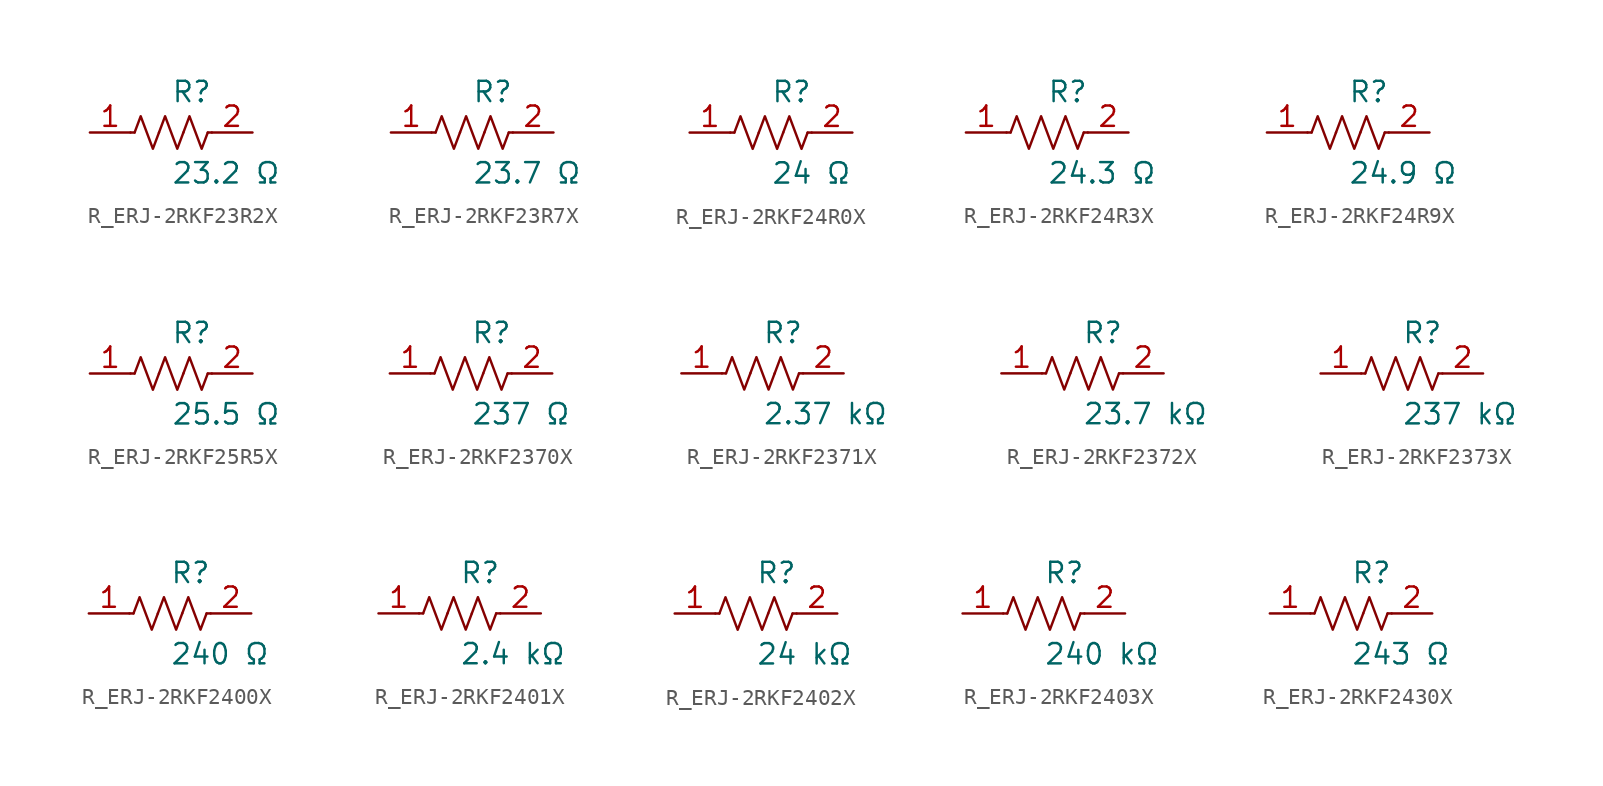
<source format=kicad_sym>
(kicad_symbol_lib
  (version 20231120)
  (generator kicad_symbol_editor)
  (generator_version 8.0)
  (symbol "R_ERJ-2RKF23R2X"
    (pin_names
      (offset 0.254))
    (property "Reference" "R"
      (at 0 2.54 0)
      (effects (font (size 1.27 1.27)) (justify left)))
    (property "Value" "23.2 Ω"
      (at 0 -2.54 0)
      (effects (font (size 1.27 1.27)) (justify left)))
    (symbol "R_ERJ-2RKF23R2X_0_1"
      (polyline (pts (xy 2.286 0) (xy 2.54 0)) (stroke (width 0) (type default)) (fill (type none)))
      (polyline (pts (xy -2.286 0) (xy -2.54 0)) (stroke (width 0) (type default)) (fill (type none)))
      (polyline (pts (xy 0.762 0) (xy 1.143 1.016) (xy 1.524 0) (xy 1.905 -1.016) (xy 2.286 0)) (stroke (width 0) (type default)) (fill (type none)))
      (polyline (pts (xy -0.762 0) (xy -0.381 1.016) (xy 0 0) (xy 0.381 -1.016) (xy 0.762 0)) (stroke (width 0) (type default)) (fill (type none)))
      (polyline (pts (xy -2.286 0) (xy -1.905 1.016) (xy -1.524 0) (xy -1.143 -1.016) (xy -0.762 0)) (stroke (width 0) (type default)) (fill (type none))))
    (pin passive line
      (at -5.08 0 0)
      (length 2.54)
      (name "" (effects (font (size 1.27 1.27))))
      (number "1" (effects (font (size 1.27 1.27)))))
    (pin passive line
      (at 5.08 0 180)
      (length 2.54)
      (name "" (effects (font (size 1.27 1.27))))
      (number "2" (effects (font (size 1.27 1.27))))))
  (symbol "R_ERJ-2RKF23R7X"
    (pin_names
      (offset 0.254))
    (property "Reference" "R"
      (at 0 2.54 0)
      (effects (font (size 1.27 1.27)) (justify left)))
    (property "Value" "23.7 Ω"
      (at 0 -2.54 0)
      (effects (font (size 1.27 1.27)) (justify left)))
    (symbol "R_ERJ-2RKF23R7X_0_1"
      (polyline (pts (xy 2.286 0) (xy 2.54 0)) (stroke (width 0) (type default)) (fill (type none)))
      (polyline (pts (xy -2.286 0) (xy -2.54 0)) (stroke (width 0) (type default)) (fill (type none)))
      (polyline (pts (xy 0.762 0) (xy 1.143 1.016) (xy 1.524 0) (xy 1.905 -1.016) (xy 2.286 0)) (stroke (width 0) (type default)) (fill (type none)))
      (polyline (pts (xy -0.762 0) (xy -0.381 1.016) (xy 0 0) (xy 0.381 -1.016) (xy 0.762 0)) (stroke (width 0) (type default)) (fill (type none)))
      (polyline (pts (xy -2.286 0) (xy -1.905 1.016) (xy -1.524 0) (xy -1.143 -1.016) (xy -0.762 0)) (stroke (width 0) (type default)) (fill (type none))))
    (pin passive line
      (at -5.08 0 0)
      (length 2.54)
      (name "" (effects (font (size 1.27 1.27))))
      (number "1" (effects (font (size 1.27 1.27)))))
    (pin passive line
      (at 5.08 0 180)
      (length 2.54)
      (name "" (effects (font (size 1.27 1.27))))
      (number "2" (effects (font (size 1.27 1.27))))))
  (symbol "R_ERJ-2RKF24R0X"
    (pin_names
      (offset 0.254))
    (property "Reference" "R"
      (at 0 2.54 0)
      (effects (font (size 1.27 1.27)) (justify left)))
    (property "Value" "24 Ω"
      (at 0 -2.54 0)
      (effects (font (size 1.27 1.27)) (justify left)))
    (symbol "R_ERJ-2RKF24R0X_0_1"
      (polyline (pts (xy 2.286 0) (xy 2.54 0)) (stroke (width 0) (type default)) (fill (type none)))
      (polyline (pts (xy -2.286 0) (xy -2.54 0)) (stroke (width 0) (type default)) (fill (type none)))
      (polyline (pts (xy 0.762 0) (xy 1.143 1.016) (xy 1.524 0) (xy 1.905 -1.016) (xy 2.286 0)) (stroke (width 0) (type default)) (fill (type none)))
      (polyline (pts (xy -0.762 0) (xy -0.381 1.016) (xy 0 0) (xy 0.381 -1.016) (xy 0.762 0)) (stroke (width 0) (type default)) (fill (type none)))
      (polyline (pts (xy -2.286 0) (xy -1.905 1.016) (xy -1.524 0) (xy -1.143 -1.016) (xy -0.762 0)) (stroke (width 0) (type default)) (fill (type none))))
    (pin passive line
      (at -5.08 0 0)
      (length 2.54)
      (name "" (effects (font (size 1.27 1.27))))
      (number "1" (effects (font (size 1.27 1.27)))))
    (pin passive line
      (at 5.08 0 180)
      (length 2.54)
      (name "" (effects (font (size 1.27 1.27))))
      (number "2" (effects (font (size 1.27 1.27))))))
  (symbol "R_ERJ-2RKF24R3X"
    (pin_names
      (offset 0.254))
    (property "Reference" "R"
      (at 0 2.54 0)
      (effects (font (size 1.27 1.27)) (justify left)))
    (property "Value" "24.3 Ω"
      (at 0 -2.54 0)
      (effects (font (size 1.27 1.27)) (justify left)))
    (symbol "R_ERJ-2RKF24R3X_0_1"
      (polyline (pts (xy 2.286 0) (xy 2.54 0)) (stroke (width 0) (type default)) (fill (type none)))
      (polyline (pts (xy -2.286 0) (xy -2.54 0)) (stroke (width 0) (type default)) (fill (type none)))
      (polyline (pts (xy 0.762 0) (xy 1.143 1.016) (xy 1.524 0) (xy 1.905 -1.016) (xy 2.286 0)) (stroke (width 0) (type default)) (fill (type none)))
      (polyline (pts (xy -0.762 0) (xy -0.381 1.016) (xy 0 0) (xy 0.381 -1.016) (xy 0.762 0)) (stroke (width 0) (type default)) (fill (type none)))
      (polyline (pts (xy -2.286 0) (xy -1.905 1.016) (xy -1.524 0) (xy -1.143 -1.016) (xy -0.762 0)) (stroke (width 0) (type default)) (fill (type none))))
    (pin passive line
      (at -5.08 0 0)
      (length 2.54)
      (name "" (effects (font (size 1.27 1.27))))
      (number "1" (effects (font (size 1.27 1.27)))))
    (pin passive line
      (at 5.08 0 180)
      (length 2.54)
      (name "" (effects (font (size 1.27 1.27))))
      (number "2" (effects (font (size 1.27 1.27))))))
  (symbol "R_ERJ-2RKF24R9X"
    (pin_names
      (offset 0.254))
    (property "Reference" "R"
      (at 0 2.54 0)
      (effects (font (size 1.27 1.27)) (justify left)))
    (property "Value" "24.9 Ω"
      (at 0 -2.54 0)
      (effects (font (size 1.27 1.27)) (justify left)))
    (symbol "R_ERJ-2RKF24R9X_0_1"
      (polyline (pts (xy 2.286 0) (xy 2.54 0)) (stroke (width 0) (type default)) (fill (type none)))
      (polyline (pts (xy -2.286 0) (xy -2.54 0)) (stroke (width 0) (type default)) (fill (type none)))
      (polyline (pts (xy 0.762 0) (xy 1.143 1.016) (xy 1.524 0) (xy 1.905 -1.016) (xy 2.286 0)) (stroke (width 0) (type default)) (fill (type none)))
      (polyline (pts (xy -0.762 0) (xy -0.381 1.016) (xy 0 0) (xy 0.381 -1.016) (xy 0.762 0)) (stroke (width 0) (type default)) (fill (type none)))
      (polyline (pts (xy -2.286 0) (xy -1.905 1.016) (xy -1.524 0) (xy -1.143 -1.016) (xy -0.762 0)) (stroke (width 0) (type default)) (fill (type none))))
    (pin passive line
      (at -5.08 0 0)
      (length 2.54)
      (name "" (effects (font (size 1.27 1.27))))
      (number "1" (effects (font (size 1.27 1.27)))))
    (pin passive line
      (at 5.08 0 180)
      (length 2.54)
      (name "" (effects (font (size 1.27 1.27))))
      (number "2" (effects (font (size 1.27 1.27))))))
  (symbol "R_ERJ-2RKF25R5X"
    (pin_names
      (offset 0.254))
    (property "Reference" "R"
      (at 0 2.54 0)
      (effects (font (size 1.27 1.27)) (justify left)))
    (property "Value" "25.5 Ω"
      (at 0 -2.54 0)
      (effects (font (size 1.27 1.27)) (justify left)))
    (symbol "R_ERJ-2RKF25R5X_0_1"
      (polyline (pts (xy 2.286 0) (xy 2.54 0)) (stroke (width 0) (type default)) (fill (type none)))
      (polyline (pts (xy -2.286 0) (xy -2.54 0)) (stroke (width 0) (type default)) (fill (type none)))
      (polyline (pts (xy 0.762 0) (xy 1.143 1.016) (xy 1.524 0) (xy 1.905 -1.016) (xy 2.286 0)) (stroke (width 0) (type default)) (fill (type none)))
      (polyline (pts (xy -0.762 0) (xy -0.381 1.016) (xy 0 0) (xy 0.381 -1.016) (xy 0.762 0)) (stroke (width 0) (type default)) (fill (type none)))
      (polyline (pts (xy -2.286 0) (xy -1.905 1.016) (xy -1.524 0) (xy -1.143 -1.016) (xy -0.762 0)) (stroke (width 0) (type default)) (fill (type none))))
    (pin passive line
      (at -5.08 0 0)
      (length 2.54)
      (name "" (effects (font (size 1.27 1.27))))
      (number "1" (effects (font (size 1.27 1.27)))))
    (pin passive line
      (at 5.08 0 180)
      (length 2.54)
      (name "" (effects (font (size 1.27 1.27))))
      (number "2" (effects (font (size 1.27 1.27))))))
  (symbol "R_ERJ-2RKF2370X"
    (pin_names
      (offset 0.254))
    (property "Reference" "R"
      (at 0 2.54 0)
      (effects (font (size 1.27 1.27)) (justify left)))
    (property "Value" "237 Ω"
      (at 0 -2.54 0)
      (effects (font (size 1.27 1.27)) (justify left)))
    (symbol "R_ERJ-2RKF2370X_0_1"
      (polyline (pts (xy 2.286 0) (xy 2.54 0)) (stroke (width 0) (type default)) (fill (type none)))
      (polyline (pts (xy -2.286 0) (xy -2.54 0)) (stroke (width 0) (type default)) (fill (type none)))
      (polyline (pts (xy 0.762 0) (xy 1.143 1.016) (xy 1.524 0) (xy 1.905 -1.016) (xy 2.286 0)) (stroke (width 0) (type default)) (fill (type none)))
      (polyline (pts (xy -0.762 0) (xy -0.381 1.016) (xy 0 0) (xy 0.381 -1.016) (xy 0.762 0)) (stroke (width 0) (type default)) (fill (type none)))
      (polyline (pts (xy -2.286 0) (xy -1.905 1.016) (xy -1.524 0) (xy -1.143 -1.016) (xy -0.762 0)) (stroke (width 0) (type default)) (fill (type none))))
    (pin passive line
      (at -5.08 0 0)
      (length 2.54)
      (name "" (effects (font (size 1.27 1.27))))
      (number "1" (effects (font (size 1.27 1.27)))))
    (pin passive line
      (at 5.08 0 180)
      (length 2.54)
      (name "" (effects (font (size 1.27 1.27))))
      (number "2" (effects (font (size 1.27 1.27))))))
  (symbol "R_ERJ-2RKF2371X"
    (pin_names
      (offset 0.254))
    (property "Reference" "R"
      (at 0 2.54 0)
      (effects (font (size 1.27 1.27)) (justify left)))
    (property "Value" "2.37 kΩ"
      (at 0 -2.54 0)
      (effects (font (size 1.27 1.27)) (justify left)))
    (symbol "R_ERJ-2RKF2371X_0_1"
      (polyline (pts (xy 2.286 0) (xy 2.54 0)) (stroke (width 0) (type default)) (fill (type none)))
      (polyline (pts (xy -2.286 0) (xy -2.54 0)) (stroke (width 0) (type default)) (fill (type none)))
      (polyline (pts (xy 0.762 0) (xy 1.143 1.016) (xy 1.524 0) (xy 1.905 -1.016) (xy 2.286 0)) (stroke (width 0) (type default)) (fill (type none)))
      (polyline (pts (xy -0.762 0) (xy -0.381 1.016) (xy 0 0) (xy 0.381 -1.016) (xy 0.762 0)) (stroke (width 0) (type default)) (fill (type none)))
      (polyline (pts (xy -2.286 0) (xy -1.905 1.016) (xy -1.524 0) (xy -1.143 -1.016) (xy -0.762 0)) (stroke (width 0) (type default)) (fill (type none))))
    (pin passive line
      (at -5.08 0 0)
      (length 2.54)
      (name "" (effects (font (size 1.27 1.27))))
      (number "1" (effects (font (size 1.27 1.27)))))
    (pin passive line
      (at 5.08 0 180)
      (length 2.54)
      (name "" (effects (font (size 1.27 1.27))))
      (number "2" (effects (font (size 1.27 1.27))))))
  (symbol "R_ERJ-2RKF2372X"
    (pin_names
      (offset 0.254))
    (property "Reference" "R"
      (at 0 2.54 0)
      (effects (font (size 1.27 1.27)) (justify left)))
    (property "Value" "23.7 kΩ"
      (at 0 -2.54 0)
      (effects (font (size 1.27 1.27)) (justify left)))
    (symbol "R_ERJ-2RKF2372X_0_1"
      (polyline (pts (xy 2.286 0) (xy 2.54 0)) (stroke (width 0) (type default)) (fill (type none)))
      (polyline (pts (xy -2.286 0) (xy -2.54 0)) (stroke (width 0) (type default)) (fill (type none)))
      (polyline (pts (xy 0.762 0) (xy 1.143 1.016) (xy 1.524 0) (xy 1.905 -1.016) (xy 2.286 0)) (stroke (width 0) (type default)) (fill (type none)))
      (polyline (pts (xy -0.762 0) (xy -0.381 1.016) (xy 0 0) (xy 0.381 -1.016) (xy 0.762 0)) (stroke (width 0) (type default)) (fill (type none)))
      (polyline (pts (xy -2.286 0) (xy -1.905 1.016) (xy -1.524 0) (xy -1.143 -1.016) (xy -0.762 0)) (stroke (width 0) (type default)) (fill (type none))))
    (pin passive line
      (at -5.08 0 0)
      (length 2.54)
      (name "" (effects (font (size 1.27 1.27))))
      (number "1" (effects (font (size 1.27 1.27)))))
    (pin passive line
      (at 5.08 0 180)
      (length 2.54)
      (name "" (effects (font (size 1.27 1.27))))
      (number "2" (effects (font (size 1.27 1.27))))))
  (symbol "R_ERJ-2RKF2373X"
    (pin_names
      (offset 0.254))
    (property "Reference" "R"
      (at 0 2.54 0)
      (effects (font (size 1.27 1.27)) (justify left)))
    (property "Value" "237 kΩ"
      (at 0 -2.54 0)
      (effects (font (size 1.27 1.27)) (justify left)))
    (symbol "R_ERJ-2RKF2373X_0_1"
      (polyline (pts (xy 2.286 0) (xy 2.54 0)) (stroke (width 0) (type default)) (fill (type none)))
      (polyline (pts (xy -2.286 0) (xy -2.54 0)) (stroke (width 0) (type default)) (fill (type none)))
      (polyline (pts (xy 0.762 0) (xy 1.143 1.016) (xy 1.524 0) (xy 1.905 -1.016) (xy 2.286 0)) (stroke (width 0) (type default)) (fill (type none)))
      (polyline (pts (xy -0.762 0) (xy -0.381 1.016) (xy 0 0) (xy 0.381 -1.016) (xy 0.762 0)) (stroke (width 0) (type default)) (fill (type none)))
      (polyline (pts (xy -2.286 0) (xy -1.905 1.016) (xy -1.524 0) (xy -1.143 -1.016) (xy -0.762 0)) (stroke (width 0) (type default)) (fill (type none))))
    (pin passive line
      (at -5.08 0 0)
      (length 2.54)
      (name "" (effects (font (size 1.27 1.27))))
      (number "1" (effects (font (size 1.27 1.27)))))
    (pin passive line
      (at 5.08 0 180)
      (length 2.54)
      (name "" (effects (font (size 1.27 1.27))))
      (number "2" (effects (font (size 1.27 1.27))))))
  (symbol "R_ERJ-2RKF2400X"
    (pin_names
      (offset 0.254))
    (property "Reference" "R"
      (at 0 2.54 0)
      (effects (font (size 1.27 1.27)) (justify left)))
    (property "Value" "240 Ω"
      (at 0 -2.54 0)
      (effects (font (size 1.27 1.27)) (justify left)))
    (symbol "R_ERJ-2RKF2400X_0_1"
      (polyline (pts (xy 2.286 0) (xy 2.54 0)) (stroke (width 0) (type default)) (fill (type none)))
      (polyline (pts (xy -2.286 0) (xy -2.54 0)) (stroke (width 0) (type default)) (fill (type none)))
      (polyline (pts (xy 0.762 0) (xy 1.143 1.016) (xy 1.524 0) (xy 1.905 -1.016) (xy 2.286 0)) (stroke (width 0) (type default)) (fill (type none)))
      (polyline (pts (xy -0.762 0) (xy -0.381 1.016) (xy 0 0) (xy 0.381 -1.016) (xy 0.762 0)) (stroke (width 0) (type default)) (fill (type none)))
      (polyline (pts (xy -2.286 0) (xy -1.905 1.016) (xy -1.524 0) (xy -1.143 -1.016) (xy -0.762 0)) (stroke (width 0) (type default)) (fill (type none))))
    (pin passive line
      (at -5.08 0 0)
      (length 2.54)
      (name "" (effects (font (size 1.27 1.27))))
      (number "1" (effects (font (size 1.27 1.27)))))
    (pin passive line
      (at 5.08 0 180)
      (length 2.54)
      (name "" (effects (font (size 1.27 1.27))))
      (number "2" (effects (font (size 1.27 1.27))))))
  (symbol "R_ERJ-2RKF2401X"
    (pin_names
      (offset 0.254))
    (property "Reference" "R"
      (at 0 2.54 0)
      (effects (font (size 1.27 1.27)) (justify left)))
    (property "Value" "2.4 kΩ"
      (at 0 -2.54 0)
      (effects (font (size 1.27 1.27)) (justify left)))
    (symbol "R_ERJ-2RKF2401X_0_1"
      (polyline (pts (xy 2.286 0) (xy 2.54 0)) (stroke (width 0) (type default)) (fill (type none)))
      (polyline (pts (xy -2.286 0) (xy -2.54 0)) (stroke (width 0) (type default)) (fill (type none)))
      (polyline (pts (xy 0.762 0) (xy 1.143 1.016) (xy 1.524 0) (xy 1.905 -1.016) (xy 2.286 0)) (stroke (width 0) (type default)) (fill (type none)))
      (polyline (pts (xy -0.762 0) (xy -0.381 1.016) (xy 0 0) (xy 0.381 -1.016) (xy 0.762 0)) (stroke (width 0) (type default)) (fill (type none)))
      (polyline (pts (xy -2.286 0) (xy -1.905 1.016) (xy -1.524 0) (xy -1.143 -1.016) (xy -0.762 0)) (stroke (width 0) (type default)) (fill (type none))))
    (pin passive line
      (at -5.08 0 0)
      (length 2.54)
      (name "" (effects (font (size 1.27 1.27))))
      (number "1" (effects (font (size 1.27 1.27)))))
    (pin passive line
      (at 5.08 0 180)
      (length 2.54)
      (name "" (effects (font (size 1.27 1.27))))
      (number "2" (effects (font (size 1.27 1.27))))))
  (symbol "R_ERJ-2RKF2402X"
    (pin_names
      (offset 0.254))
    (property "Reference" "R"
      (at 0 2.54 0)
      (effects (font (size 1.27 1.27)) (justify left)))
    (property "Value" "24 kΩ"
      (at 0 -2.54 0)
      (effects (font (size 1.27 1.27)) (justify left)))
    (symbol "R_ERJ-2RKF2402X_0_1"
      (polyline (pts (xy 2.286 0) (xy 2.54 0)) (stroke (width 0) (type default)) (fill (type none)))
      (polyline (pts (xy -2.286 0) (xy -2.54 0)) (stroke (width 0) (type default)) (fill (type none)))
      (polyline (pts (xy 0.762 0) (xy 1.143 1.016) (xy 1.524 0) (xy 1.905 -1.016) (xy 2.286 0)) (stroke (width 0) (type default)) (fill (type none)))
      (polyline (pts (xy -0.762 0) (xy -0.381 1.016) (xy 0 0) (xy 0.381 -1.016) (xy 0.762 0)) (stroke (width 0) (type default)) (fill (type none)))
      (polyline (pts (xy -2.286 0) (xy -1.905 1.016) (xy -1.524 0) (xy -1.143 -1.016) (xy -0.762 0)) (stroke (width 0) (type default)) (fill (type none))))
    (pin passive line
      (at -5.08 0 0)
      (length 2.54)
      (name "" (effects (font (size 1.27 1.27))))
      (number "1" (effects (font (size 1.27 1.27)))))
    (pin passive line
      (at 5.08 0 180)
      (length 2.54)
      (name "" (effects (font (size 1.27 1.27))))
      (number "2" (effects (font (size 1.27 1.27))))))
  (symbol "R_ERJ-2RKF2403X"
    (pin_names
      (offset 0.254))
    (property "Reference" "R"
      (at 0 2.54 0)
      (effects (font (size 1.27 1.27)) (justify left)))
    (property "Value" "240 kΩ"
      (at 0 -2.54 0)
      (effects (font (size 1.27 1.27)) (justify left)))
    (symbol "R_ERJ-2RKF2403X_0_1"
      (polyline (pts (xy 2.286 0) (xy 2.54 0)) (stroke (width 0) (type default)) (fill (type none)))
      (polyline (pts (xy -2.286 0) (xy -2.54 0)) (stroke (width 0) (type default)) (fill (type none)))
      (polyline (pts (xy 0.762 0) (xy 1.143 1.016) (xy 1.524 0) (xy 1.905 -1.016) (xy 2.286 0)) (stroke (width 0) (type default)) (fill (type none)))
      (polyline (pts (xy -0.762 0) (xy -0.381 1.016) (xy 0 0) (xy 0.381 -1.016) (xy 0.762 0)) (stroke (width 0) (type default)) (fill (type none)))
      (polyline (pts (xy -2.286 0) (xy -1.905 1.016) (xy -1.524 0) (xy -1.143 -1.016) (xy -0.762 0)) (stroke (width 0) (type default)) (fill (type none))))
    (pin passive line
      (at -5.08 0 0)
      (length 2.54)
      (name "" (effects (font (size 1.27 1.27))))
      (number "1" (effects (font (size 1.27 1.27)))))
    (pin passive line
      (at 5.08 0 180)
      (length 2.54)
      (name "" (effects (font (size 1.27 1.27))))
      (number "2" (effects (font (size 1.27 1.27))))))
  (symbol "R_ERJ-2RKF2430X"
    (pin_names
      (offset 0.254))
    (property "Reference" "R"
      (at 0 2.54 0)
      (effects (font (size 1.27 1.27)) (justify left)))
    (property "Value" "243 Ω"
      (at 0 -2.54 0)
      (effects (font (size 1.27 1.27)) (justify left)))
    (symbol "R_ERJ-2RKF2430X_0_1"
      (polyline (pts (xy 2.286 0) (xy 2.54 0)) (stroke (width 0) (type default)) (fill (type none)))
      (polyline (pts (xy -2.286 0) (xy -2.54 0)) (stroke (width 0) (type default)) (fill (type none)))
      (polyline (pts (xy 0.762 0) (xy 1.143 1.016) (xy 1.524 0) (xy 1.905 -1.016) (xy 2.286 0)) (stroke (width 0) (type default)) (fill (type none)))
      (polyline (pts (xy -0.762 0) (xy -0.381 1.016) (xy 0 0) (xy 0.381 -1.016) (xy 0.762 0)) (stroke (width 0) (type default)) (fill (type none)))
      (polyline (pts (xy -2.286 0) (xy -1.905 1.016) (xy -1.524 0) (xy -1.143 -1.016) (xy -0.762 0)) (stroke (width 0) (type default)) (fill (type none))))
    (pin passive line
      (at -5.08 0 0)
      (length 2.54)
      (name "" (effects (font (size 1.27 1.27))))
      (number "1" (effects (font (size 1.27 1.27)))))
    (pin passive line
      (at 5.08 0 180)
      (length 2.54)
      (name "" (effects (font (size 1.27 1.27))))
      (number "2" (effects (font (size 1.27 1.27)))))))
</source>
